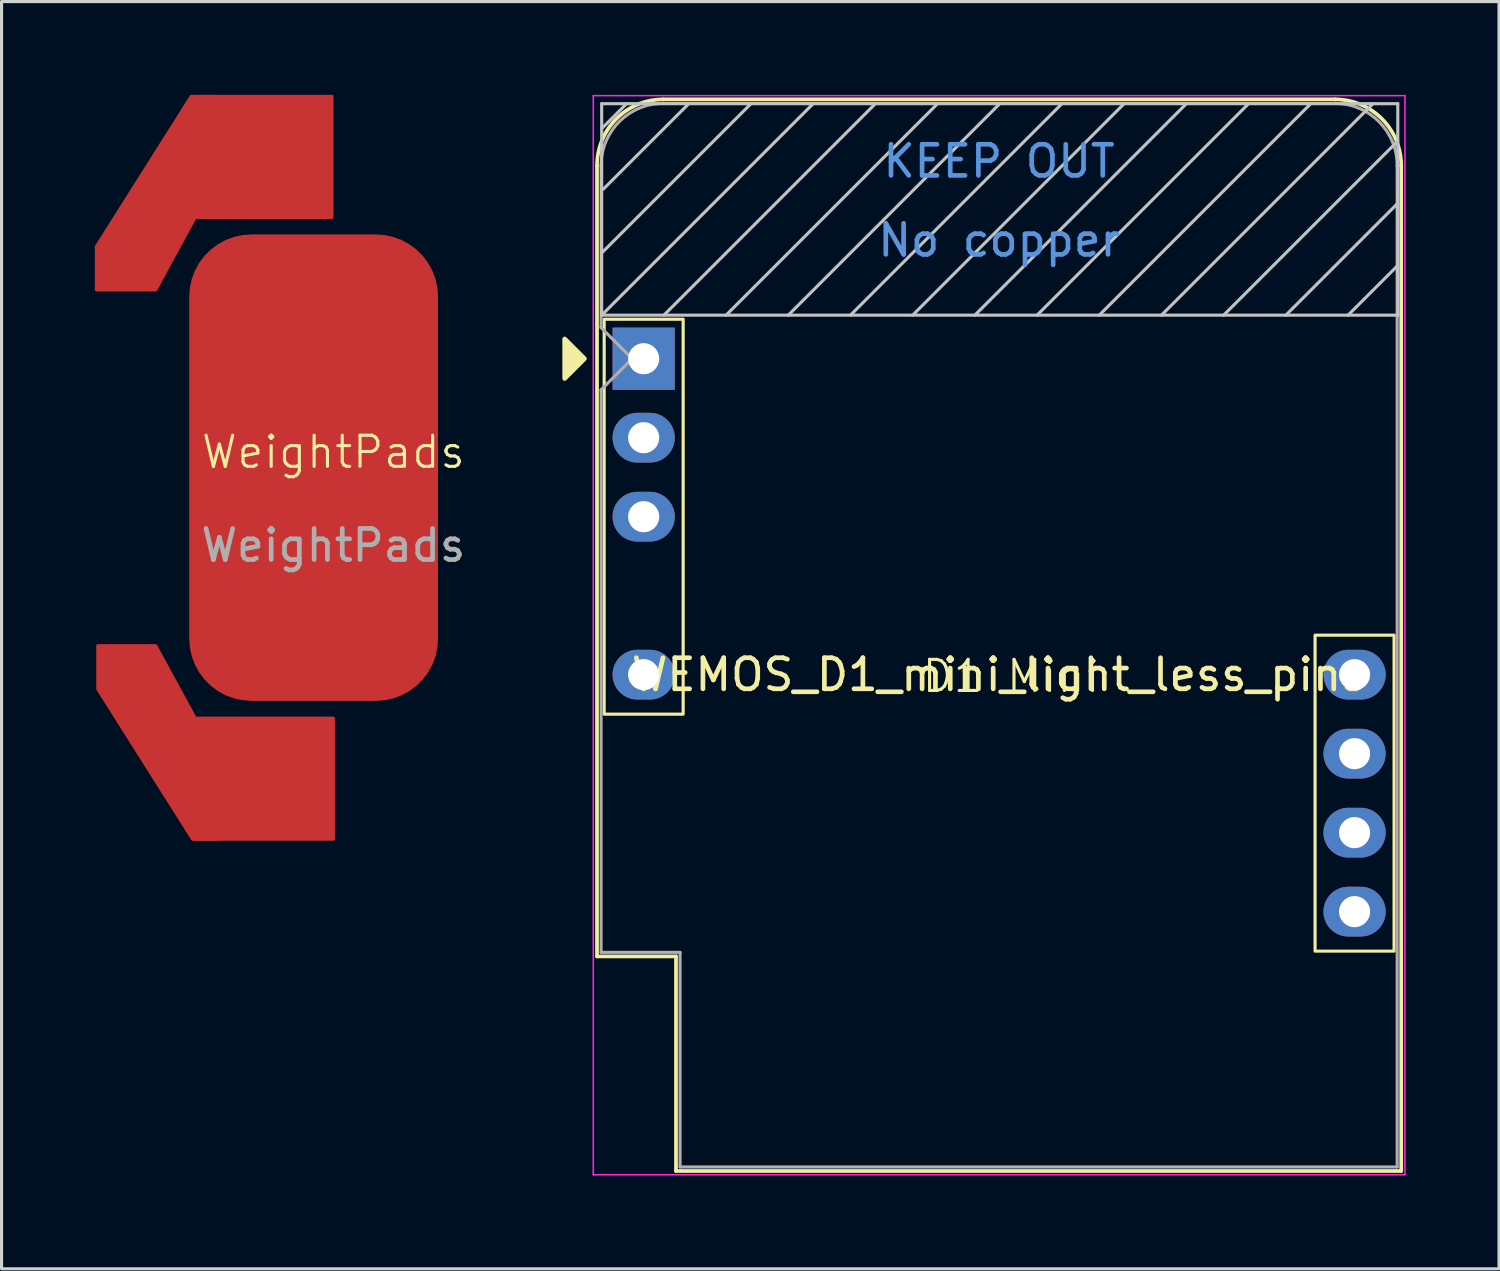
<source format=kicad_pcb>
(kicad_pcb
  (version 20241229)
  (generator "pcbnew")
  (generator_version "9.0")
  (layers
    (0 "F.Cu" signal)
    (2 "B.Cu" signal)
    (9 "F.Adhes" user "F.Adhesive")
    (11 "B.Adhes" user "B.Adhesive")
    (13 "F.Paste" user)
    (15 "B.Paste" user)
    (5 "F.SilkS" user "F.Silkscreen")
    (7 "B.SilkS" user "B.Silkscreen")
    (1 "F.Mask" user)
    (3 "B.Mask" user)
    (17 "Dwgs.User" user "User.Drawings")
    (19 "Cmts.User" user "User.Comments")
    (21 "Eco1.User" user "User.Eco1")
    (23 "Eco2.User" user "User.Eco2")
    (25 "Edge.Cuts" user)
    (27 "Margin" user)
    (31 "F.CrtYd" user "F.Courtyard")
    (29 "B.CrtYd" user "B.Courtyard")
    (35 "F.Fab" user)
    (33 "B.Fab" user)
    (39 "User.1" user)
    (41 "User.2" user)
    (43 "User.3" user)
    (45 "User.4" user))
  (footprint "WEMOS_D1_mini_light_less_pins"
    (layer "F.Cu")
    (at 17.648 8.485)
    (property "Reference" "WEMOS_D1_mini_light_less_pins" (at 11.43 10.16 0) (layer "F.SilkS") (effects (font (size 1 1) (thickness 0.15))))
    (attr through_hole)
    (fp_line (start -1.5 19.22) (end -1.5 -6.21) (stroke (width 0.12) (type solid)) (layer "F.SilkS"))
    (fp_line (start -1.5 19.22) (end 1.04 19.22) (stroke (width 0.12) (type solid)) (layer "F.SilkS"))
    (fp_line (start 1.04 19.22) (end 1.04 26.12) (stroke (width 0.12) (type solid)) (layer "F.SilkS"))
    (fp_line (start 1.04 26.12) (end 24.36 26.12) (stroke (width 0.12) (type solid)) (layer "F.SilkS"))
    (fp_line (start 22.24 -8.34) (end 0.63 -8.34) (stroke (width 0.12) (type solid)) (layer "F.SilkS"))
    (fp_line (start 24.36 26.12) (end 24.36 -6.21) (stroke (width 0.12) (type solid)) (layer "F.SilkS"))
    (fp_rect (start -1.27 -1.27) (end 1.27 11.43) (stroke (width 0.1) (type default)) (fill no) (layer "F.SilkS"))
    (fp_rect (start 21.59 8.89) (end 24.13 19.05) (stroke (width 0.1) (type default)) (fill no) (layer "F.SilkS"))
    (fp_arc (start -1.5 -6.21) (mid -0.876137 -7.716137) (end 0.63 -8.34) (stroke (width 0.12) (type solid)) (layer "F.SilkS"))
    (fp_arc (start 22.23 -8.34) (mid 23.736137 -7.716137) (end 24.36 -6.21) (stroke (width 0.12) (type solid)) (layer "F.SilkS"))
    (fp_poly (pts (xy -2.54 -0.635) (xy -2.54 0.635) (xy -1.905 0)) (stroke (width 0.15) (type solid)) (fill yes) (layer "F.SilkS"))
    (fp_line (start -1.35 -8.2) (end -1.35 -1.4) (stroke (width 0.1) (type solid)) (layer "Dwgs.User"))
    (fp_line (start -1.35 -7.4) (end -0.55 -8.2) (stroke (width 0.1) (type solid)) (layer "Dwgs.User"))
    (fp_line (start -1.35 -3.4) (end 3.45 -8.2) (stroke (width 0.1) (type solid)) (layer "Dwgs.User"))
    (fp_line (start -1.35 -1.4) (end 5.45 -8.2) (stroke (width 0.1) (type solid)) (layer "Dwgs.User"))
    (fp_line (start -1.35 -1.4) (end 24.25 -1.4) (stroke (width 0.1) (type solid)) (layer "Dwgs.User"))
    (fp_line (start -1.3 -5.45) (end 1.45 -8.2) (stroke (width 0.1) (type solid)) (layer "Dwgs.User"))
    (fp_line (start 0.65 -1.4) (end 7.45 -8.2) (stroke (width 0.1) (type solid)) (layer "Dwgs.User"))
    (fp_line (start 2.65 -1.4) (end 9.45 -8.2) (stroke (width 0.1) (type solid)) (layer "Dwgs.User"))
    (fp_line (start 4.65 -1.4) (end 11.45 -8.2) (stroke (width 0.1) (type solid)) (layer "Dwgs.User"))
    (fp_line (start 6.65 -1.4) (end 13.45 -8.2) (stroke (width 0.1) (type solid)) (layer "Dwgs.User"))
    (fp_line (start 8.65 -1.4) (end 15.45 -8.2) (stroke (width 0.1) (type solid)) (layer "Dwgs.User"))
    (fp_line (start 10.65 -1.4) (end 17.45 -8.2) (stroke (width 0.1) (type solid)) (layer "Dwgs.User"))
    (fp_line (start 12.65 -1.4) (end 19.45 -8.2) (stroke (width 0.1) (type solid)) (layer "Dwgs.User"))
    (fp_line (start 14.65 -1.4) (end 21.45 -8.2) (stroke (width 0.1) (type solid)) (layer "Dwgs.User"))
    (fp_line (start 16.65 -1.4) (end 23.45 -8.2) (stroke (width 0.1) (type solid)) (layer "Dwgs.User"))
    (fp_line (start 18.65 -1.4) (end 24.25 -7) (stroke (width 0.1) (type solid)) (layer "Dwgs.User"))
    (fp_line (start 20.65 -1.4) (end 24.25 -5) (stroke (width 0.1) (type solid)) (layer "Dwgs.User"))
    (fp_line (start 22.65 -1.4) (end 24.25 -3) (stroke (width 0.1) (type solid)) (layer "Dwgs.User"))
    (fp_line (start 24.25 -8.2) (end -1.35 -8.2) (stroke (width 0.1) (type solid)) (layer "Dwgs.User"))
    (fp_line (start 24.25 -1.4) (end 24.25 -8.2) (stroke (width 0.1) (type solid)) (layer "Dwgs.User"))
    (fp_line (start -1.62 -8.46) (end 24.48 -8.46) (stroke (width 0.05) (type solid)) (layer "F.CrtYd"))
    (fp_line (start -1.62 26.24) (end -1.62 -8.46) (stroke (width 0.05) (type solid)) (layer "F.CrtYd"))
    (fp_line (start 24.48 -8.46) (end 24.48 26.24) (stroke (width 0.05) (type solid)) (layer "F.CrtYd"))
    (fp_line (start 24.48 26.24) (end -1.62 26.24) (stroke (width 0.05) (type solid)) (layer "F.CrtYd"))
    (fp_line (start -1.37 -6.21) (end -1.37 -1) (stroke (width 0.1) (type solid)) (layer "F.Fab"))
    (fp_line (start -1.37 1) (end -1.37 19.09) (stroke (width 0.1) (type solid)) (layer "F.Fab"))
    (fp_line (start -1.37 1) (end -0.37 0) (stroke (width 0.1) (type solid)) (layer "F.Fab"))
    (fp_line (start -1.37 19.09) (end 1.17 19.09) (stroke (width 0.1) (type solid)) (layer "F.Fab"))
    (fp_line (start -0.37 0) (end -1.37 -1) (stroke (width 0.1) (type solid)) (layer "F.Fab"))
    (fp_line (start 1.17 19.09) (end 1.17 25.99) (stroke (width 0.1) (type solid)) (layer "F.Fab"))
    (fp_line (start 1.17 25.99) (end 24.23 25.99) (stroke (width 0.1) (type solid)) (layer "F.Fab"))
    (fp_line (start 22.23 -8.21) (end 0.63 -8.21) (stroke (width 0.1) (type solid)) (layer "F.Fab"))
    (fp_line (start 24.23 25.99) (end 24.23 -6.21) (stroke (width 0.1) (type solid)) (layer "F.Fab"))
    (fp_arc (start -1.37 -6.21) (mid -0.784214 -7.624214) (end 0.63 -8.21) (stroke (width 0.1) (type solid)) (layer "F.Fab"))
    (fp_arc (start 22.25 -8.21) (mid 23.658356 -7.610071) (end 24.23 -6.19) (stroke (width 0.1) (type solid)) (layer "F.Fab"))
    (fp_text user "D1 Mini" (at 8.89 10.795 0) (unlocked yes) (layer "F.SilkS") (effects (font (size 1 1) (thickness 0.1)) (justify left bottom)))
    (fp_text user "KEEP OUT" (at 11.43 -6.35 0) (layer "Cmts.User") (effects (font (size 1 1) (thickness 0.15))))
    (fp_text user "No copper" (at 11.43 -3.81 0) (layer "Cmts.User") (effects (font (size 1 1) (thickness 0.15))))
    (pad "1" thru_hole rect (at 0 0) (size 2 2) (drill 1) (layers "*.Cu" "*.Mask"))
    (pad "2" thru_hole oval (at 0 2.54) (size 2 1.6) (drill 1) (layers "*.Cu" "*.Mask"))
    (pad "3" thru_hole oval (at 0 5.08) (size 2 1.6) (drill 1) (layers "*.Cu" "*.Mask"))
    (pad "5" thru_hole oval (at 0 10.16) (size 2 1.6) (drill 1) (layers "*.Cu" "*.Mask"))
    (pad "9" thru_hole oval (at 22.86 17.78) (size 2 1.6) (drill 1) (layers "*.Cu" "*.Mask"))
    (pad "10" thru_hole oval (at 22.86 15.24) (size 2 1.6) (drill 1) (layers "*.Cu" "*.Mask"))
    (pad "11" thru_hole oval (at 22.86 12.7) (size 2 1.6) (drill 1) (layers "*.Cu" "*.Mask"))
    (pad "12" thru_hole oval (at 22.86 10.16) (size 2 1.6) (drill 1) (layers "*.Cu" "*.Mask")))
  (footprint "WeightPads"
    (layer "F.Cu")
    (at 7.67 11.988)
    (property "Reference" "WeightPads" (at 0 -0.5 0) (unlocked yes) (layer "F.SilkS") (effects (font (size 1 1) (thickness 0.1))))
    (attr smd)
    (fp_rect (start -4.445 -11.938) (end -0.045 -8.046) (stroke (width 0.1) (type solid)) (fill yes) (layer "F.Cu"))
    (fp_rect (start -4.445 8.055) (end 0 11.947) (stroke (width 0.1) (type solid)) (fill yes) (layer "F.Cu"))
    (fp_poly (pts (xy -5.715 -5.715) (xy -7.62 -5.715) (xy -7.62 -7.112) (xy -4.572 -11.938) (xy -3.81 -11.938) (xy -4.445 -8.046)) (stroke (width 0.1) (type solid)) (fill yes) (layer "F.Cu"))
    (fp_poly (pts (xy -5.715 5.724) (xy -7.575 5.724) (xy -7.575 7.121) (xy -4.527 11.947) (xy -3.765 11.947) (xy -4.445 8.055)) (stroke (width 0.1) (type solid)) (fill yes) (layer "F.Cu"))
    (fp_poly (pts (xy -4.445 -11.938) (xy -0.045 -11.938) (xy -0.045 -8.046) (xy -4.445 -8.046)) (stroke (width 0.1) (type solid)) (fill yes) (layer "F.Mask"))
    (fp_poly (pts (xy -4.445 8.055) (xy 0 8.055) (xy 0 11.947) (xy -4.445 11.947)) (stroke (width 0.1) (type solid)) (fill yes) (layer "F.Mask"))
    (fp_poly (pts (xy -5.715 -5.715) (xy -7.62 -5.715) (xy -7.62 -7.112) (xy -4.572 -11.938) (xy -3.81 -11.938) (xy -4.445 -8.046)) (stroke (width 0.1) (type solid)) (fill yes) (layer "F.Mask"))
    (fp_poly (pts (xy -5.715 5.724) (xy -7.575 5.724) (xy -7.575 7.121) (xy -4.527 11.947) (xy -3.765 11.947) (xy -4.445 8.055)) (stroke (width 0.1) (type solid)) (fill yes) (layer "F.Mask"))
    (fp_poly (pts (xy -4.445 -11.938) (xy -0.045 -11.938) (xy -0.045 -8.046) (xy -4.445 -8.046)) (stroke (width 0.1) (type solid)) (fill yes) (layer "F.Paste"))
    (fp_poly (pts (xy -4.445 8.055) (xy 0 8.055) (xy 0 11.947) (xy -4.445 11.947)) (stroke (width 0.1) (type solid)) (fill yes) (layer "F.Paste"))
    (fp_poly (pts (xy -5.715 -5.715) (xy -7.62 -5.715) (xy -7.62 -7.112) (xy -4.572 -11.938) (xy -3.81 -11.938) (xy -4.445 -8.046)) (stroke (width 0.1) (type solid)) (fill yes) (layer "F.Paste"))
    (fp_poly (pts (xy -5.715 5.724) (xy -7.575 5.724) (xy -7.575 7.121) (xy -4.527 11.947) (xy -3.765 11.947) (xy -4.445 8.055)) (stroke (width 0.1) (type solid)) (fill yes) (layer "F.Paste"))
    (fp_text user "${REFERENCE}" (at 0 2.5 0) (unlocked yes) (layer "F.Fab") (effects (font (size 1 1) (thickness 0.15))))
    (pad "1" smd roundrect (at -0.635 0) (size 8 15) (layers "F.Cu" "F.Mask" "F.Paste") (roundrect_rratio 0.25)))
  (gr_rect
    (start -3 -3)
    (end 45.153 37.75)
    (stroke (width 0.1) (type default))
    (fill no)
    (layer "Edge.Cuts")))
</source>
